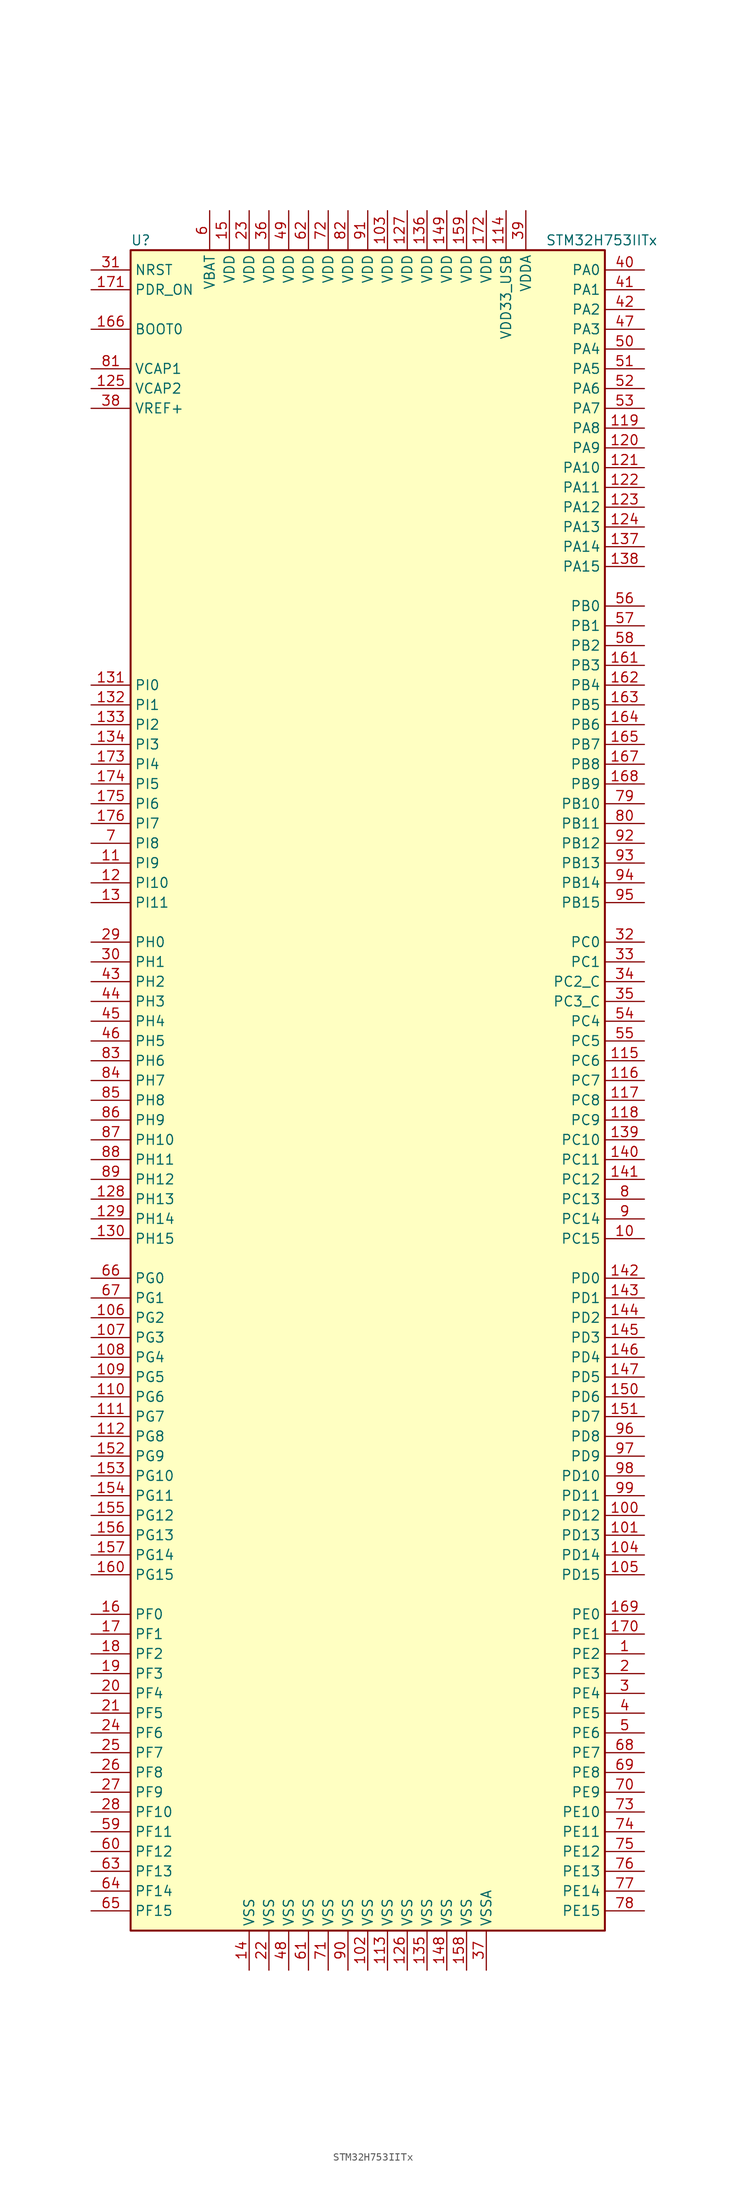
<source format=kicad_sym>
(kicad_symbol_lib
  (version 20201005)
  (generator kicad_symbol_editor)
  (symbol "STM32H753IITx"
    (property "Reference" "U"
      (at -30.48 107.95 0)
      (effects (font (size 1.27 1.27)) (justify left)))
    (property "Value" "STM32H753IITx"
      (at 22.86 107.95 0)
      (effects (font (size 1.27 1.27)) (justify left)))
    (symbol "STM32H753IITx_0_1"
      (rectangle (start -30.48 -109.22) (end 30.48 106.68) (stroke (width 0.254)) (fill (type background))))
    (symbol "STM32H753IITx_1_1"
      (pin input line (at -35.56 96.52 0) (length 5.08) (name "BOOT0" (effects (font (size 1.27 1.27)))) (number "166" (effects (font (size 1.27 1.27)))))
      (pin input line (at -35.56 104.14 0) (length 5.08) (name "NRST" (effects (font (size 1.27 1.27)))) (number "31" (effects (font (size 1.27 1.27)))))
      (pin bidirectional line (at 35.56 104.14 180) (length 5.08) (name "PA0" (effects (font (size 1.27 1.27)))) (number "40" (effects (font (size 1.27 1.27)))))
      (pin bidirectional line (at 35.56 101.6 180) (length 5.08) (name "PA1" (effects (font (size 1.27 1.27)))) (number "41" (effects (font (size 1.27 1.27)))))
      (pin bidirectional line (at 35.56 78.74 180) (length 5.08) (name "PA10" (effects (font (size 1.27 1.27)))) (number "121" (effects (font (size 1.27 1.27)))))
      (pin bidirectional line (at 35.56 76.2 180) (length 5.08) (name "PA11" (effects (font (size 1.27 1.27)))) (number "122" (effects (font (size 1.27 1.27)))))
      (pin bidirectional line (at 35.56 73.66 180) (length 5.08) (name "PA12" (effects (font (size 1.27 1.27)))) (number "123" (effects (font (size 1.27 1.27)))))
      (pin bidirectional line (at 35.56 71.12 180) (length 5.08) (name "PA13" (effects (font (size 1.27 1.27)))) (number "124" (effects (font (size 1.27 1.27)))))
      (pin bidirectional line (at 35.56 68.58 180) (length 5.08) (name "PA14" (effects (font (size 1.27 1.27)))) (number "137" (effects (font (size 1.27 1.27)))))
      (pin bidirectional line (at 35.56 66.04 180) (length 5.08) (name "PA15" (effects (font (size 1.27 1.27)))) (number "138" (effects (font (size 1.27 1.27)))))
      (pin bidirectional line (at 35.56 99.06 180) (length 5.08) (name "PA2" (effects (font (size 1.27 1.27)))) (number "42" (effects (font (size 1.27 1.27)))))
      (pin bidirectional line (at 35.56 96.52 180) (length 5.08) (name "PA3" (effects (font (size 1.27 1.27)))) (number "47" (effects (font (size 1.27 1.27)))))
      (pin bidirectional line (at 35.56 93.98 180) (length 5.08) (name "PA4" (effects (font (size 1.27 1.27)))) (number "50" (effects (font (size 1.27 1.27)))))
      (pin bidirectional line (at 35.56 91.44 180) (length 5.08) (name "PA5" (effects (font (size 1.27 1.27)))) (number "51" (effects (font (size 1.27 1.27)))))
      (pin bidirectional line (at 35.56 88.9 180) (length 5.08) (name "PA6" (effects (font (size 1.27 1.27)))) (number "52" (effects (font (size 1.27 1.27)))))
      (pin bidirectional line (at 35.56 86.36 180) (length 5.08) (name "PA7" (effects (font (size 1.27 1.27)))) (number "53" (effects (font (size 1.27 1.27)))))
      (pin bidirectional line (at 35.56 83.82 180) (length 5.08) (name "PA8" (effects (font (size 1.27 1.27)))) (number "119" (effects (font (size 1.27 1.27)))))
      (pin bidirectional line (at 35.56 81.28 180) (length 5.08) (name "PA9" (effects (font (size 1.27 1.27)))) (number "120" (effects (font (size 1.27 1.27)))))
      (pin bidirectional line (at 35.56 60.96 180) (length 5.08) (name "PB0" (effects (font (size 1.27 1.27)))) (number "56" (effects (font (size 1.27 1.27)))))
      (pin bidirectional line (at 35.56 58.42 180) (length 5.08) (name "PB1" (effects (font (size 1.27 1.27)))) (number "57" (effects (font (size 1.27 1.27)))))
      (pin bidirectional line (at 35.56 35.56 180) (length 5.08) (name "PB10" (effects (font (size 1.27 1.27)))) (number "79" (effects (font (size 1.27 1.27)))))
      (pin bidirectional line (at 35.56 33.02 180) (length 5.08) (name "PB11" (effects (font (size 1.27 1.27)))) (number "80" (effects (font (size 1.27 1.27)))))
      (pin bidirectional line (at 35.56 30.48 180) (length 5.08) (name "PB12" (effects (font (size 1.27 1.27)))) (number "92" (effects (font (size 1.27 1.27)))))
      (pin bidirectional line (at 35.56 27.94 180) (length 5.08) (name "PB13" (effects (font (size 1.27 1.27)))) (number "93" (effects (font (size 1.27 1.27)))))
      (pin bidirectional line (at 35.56 25.4 180) (length 5.08) (name "PB14" (effects (font (size 1.27 1.27)))) (number "94" (effects (font (size 1.27 1.27)))))
      (pin bidirectional line (at 35.56 22.86 180) (length 5.08) (name "PB15" (effects (font (size 1.27 1.27)))) (number "95" (effects (font (size 1.27 1.27)))))
      (pin bidirectional line (at 35.56 55.88 180) (length 5.08) (name "PB2" (effects (font (size 1.27 1.27)))) (number "58" (effects (font (size 1.27 1.27)))))
      (pin bidirectional line (at 35.56 53.34 180) (length 5.08) (name "PB3" (effects (font (size 1.27 1.27)))) (number "161" (effects (font (size 1.27 1.27)))))
      (pin bidirectional line (at 35.56 50.8 180) (length 5.08) (name "PB4" (effects (font (size 1.27 1.27)))) (number "162" (effects (font (size 1.27 1.27)))))
      (pin bidirectional line (at 35.56 48.26 180) (length 5.08) (name "PB5" (effects (font (size 1.27 1.27)))) (number "163" (effects (font (size 1.27 1.27)))))
      (pin bidirectional line (at 35.56 45.72 180) (length 5.08) (name "PB6" (effects (font (size 1.27 1.27)))) (number "164" (effects (font (size 1.27 1.27)))))
      (pin bidirectional line (at 35.56 43.18 180) (length 5.08) (name "PB7" (effects (font (size 1.27 1.27)))) (number "165" (effects (font (size 1.27 1.27)))))
      (pin bidirectional line (at 35.56 40.64 180) (length 5.08) (name "PB8" (effects (font (size 1.27 1.27)))) (number "167" (effects (font (size 1.27 1.27)))))
      (pin bidirectional line (at 35.56 38.1 180) (length 5.08) (name "PB9" (effects (font (size 1.27 1.27)))) (number "168" (effects (font (size 1.27 1.27)))))
      (pin bidirectional line (at 35.56 17.78 180) (length 5.08) (name "PC0" (effects (font (size 1.27 1.27)))) (number "32" (effects (font (size 1.27 1.27)))))
      (pin bidirectional line (at 35.56 15.24 180) (length 5.08) (name "PC1" (effects (font (size 1.27 1.27)))) (number "33" (effects (font (size 1.27 1.27)))))
      (pin bidirectional line (at 35.56 -7.62 180) (length 5.08) (name "PC10" (effects (font (size 1.27 1.27)))) (number "139" (effects (font (size 1.27 1.27)))))
      (pin bidirectional line (at 35.56 -10.16 180) (length 5.08) (name "PC11" (effects (font (size 1.27 1.27)))) (number "140" (effects (font (size 1.27 1.27)))))
      (pin bidirectional line (at 35.56 -12.7 180) (length 5.08) (name "PC12" (effects (font (size 1.27 1.27)))) (number "141" (effects (font (size 1.27 1.27)))))
      (pin bidirectional line (at 35.56 -15.24 180) (length 5.08) (name "PC13" (effects (font (size 1.27 1.27)))) (number "8" (effects (font (size 1.27 1.27)))))
      (pin bidirectional line (at 35.56 -17.78 180) (length 5.08) (name "PC14" (effects (font (size 1.27 1.27)))) (number "9" (effects (font (size 1.27 1.27)))))
      (pin bidirectional line (at 35.56 -20.32 180) (length 5.08) (name "PC15" (effects (font (size 1.27 1.27)))) (number "10" (effects (font (size 1.27 1.27)))))
      (pin bidirectional line (at 35.56 12.7 180) (length 5.08) (name "PC2_C" (effects (font (size 1.27 1.27)))) (number "34" (effects (font (size 1.27 1.27)))))
      (pin bidirectional line (at 35.56 10.16 180) (length 5.08) (name "PC3_C" (effects (font (size 1.27 1.27)))) (number "35" (effects (font (size 1.27 1.27)))))
      (pin bidirectional line (at 35.56 7.62 180) (length 5.08) (name "PC4" (effects (font (size 1.27 1.27)))) (number "54" (effects (font (size 1.27 1.27)))))
      (pin bidirectional line (at 35.56 5.08 180) (length 5.08) (name "PC5" (effects (font (size 1.27 1.27)))) (number "55" (effects (font (size 1.27 1.27)))))
      (pin bidirectional line (at 35.56 2.54 180) (length 5.08) (name "PC6" (effects (font (size 1.27 1.27)))) (number "115" (effects (font (size 1.27 1.27)))))
      (pin bidirectional line (at 35.56 0 180) (length 5.08) (name "PC7" (effects (font (size 1.27 1.27)))) (number "116" (effects (font (size 1.27 1.27)))))
      (pin bidirectional line (at 35.56 -2.54 180) (length 5.08) (name "PC8" (effects (font (size 1.27 1.27)))) (number "117" (effects (font (size 1.27 1.27)))))
      (pin bidirectional line (at 35.56 -5.08 180) (length 5.08) (name "PC9" (effects (font (size 1.27 1.27)))) (number "118" (effects (font (size 1.27 1.27)))))
      (pin bidirectional line (at 35.56 -25.4 180) (length 5.08) (name "PD0" (effects (font (size 1.27 1.27)))) (number "142" (effects (font (size 1.27 1.27)))))
      (pin bidirectional line (at 35.56 -27.94 180) (length 5.08) (name "PD1" (effects (font (size 1.27 1.27)))) (number "143" (effects (font (size 1.27 1.27)))))
      (pin bidirectional line (at 35.56 -50.8 180) (length 5.08) (name "PD10" (effects (font (size 1.27 1.27)))) (number "98" (effects (font (size 1.27 1.27)))))
      (pin bidirectional line (at 35.56 -53.34 180) (length 5.08) (name "PD11" (effects (font (size 1.27 1.27)))) (number "99" (effects (font (size 1.27 1.27)))))
      (pin bidirectional line (at 35.56 -55.88 180) (length 5.08) (name "PD12" (effects (font (size 1.27 1.27)))) (number "100" (effects (font (size 1.27 1.27)))))
      (pin bidirectional line (at 35.56 -58.42 180) (length 5.08) (name "PD13" (effects (font (size 1.27 1.27)))) (number "101" (effects (font (size 1.27 1.27)))))
      (pin bidirectional line (at 35.56 -60.96 180) (length 5.08) (name "PD14" (effects (font (size 1.27 1.27)))) (number "104" (effects (font (size 1.27 1.27)))))
      (pin bidirectional line (at 35.56 -63.5 180) (length 5.08) (name "PD15" (effects (font (size 1.27 1.27)))) (number "105" (effects (font (size 1.27 1.27)))))
      (pin bidirectional line (at 35.56 -30.48 180) (length 5.08) (name "PD2" (effects (font (size 1.27 1.27)))) (number "144" (effects (font (size 1.27 1.27)))))
      (pin bidirectional line (at 35.56 -33.02 180) (length 5.08) (name "PD3" (effects (font (size 1.27 1.27)))) (number "145" (effects (font (size 1.27 1.27)))))
      (pin bidirectional line (at 35.56 -35.56 180) (length 5.08) (name "PD4" (effects (font (size 1.27 1.27)))) (number "146" (effects (font (size 1.27 1.27)))))
      (pin bidirectional line (at 35.56 -38.1 180) (length 5.08) (name "PD5" (effects (font (size 1.27 1.27)))) (number "147" (effects (font (size 1.27 1.27)))))
      (pin bidirectional line (at 35.56 -40.64 180) (length 5.08) (name "PD6" (effects (font (size 1.27 1.27)))) (number "150" (effects (font (size 1.27 1.27)))))
      (pin bidirectional line (at 35.56 -43.18 180) (length 5.08) (name "PD7" (effects (font (size 1.27 1.27)))) (number "151" (effects (font (size 1.27 1.27)))))
      (pin bidirectional line (at 35.56 -45.72 180) (length 5.08) (name "PD8" (effects (font (size 1.27 1.27)))) (number "96" (effects (font (size 1.27 1.27)))))
      (pin bidirectional line (at 35.56 -48.26 180) (length 5.08) (name "PD9" (effects (font (size 1.27 1.27)))) (number "97" (effects (font (size 1.27 1.27)))))
      (pin input line (at -35.56 101.6 0) (length 5.08) (name "PDR_ON" (effects (font (size 1.27 1.27)))) (number "171" (effects (font (size 1.27 1.27)))))
      (pin bidirectional line (at 35.56 -68.58 180) (length 5.08) (name "PE0" (effects (font (size 1.27 1.27)))) (number "169" (effects (font (size 1.27 1.27)))))
      (pin bidirectional line (at 35.56 -71.12 180) (length 5.08) (name "PE1" (effects (font (size 1.27 1.27)))) (number "170" (effects (font (size 1.27 1.27)))))
      (pin bidirectional line (at 35.56 -93.98 180) (length 5.08) (name "PE10" (effects (font (size 1.27 1.27)))) (number "73" (effects (font (size 1.27 1.27)))))
      (pin bidirectional line (at 35.56 -96.52 180) (length 5.08) (name "PE11" (effects (font (size 1.27 1.27)))) (number "74" (effects (font (size 1.27 1.27)))))
      (pin bidirectional line (at 35.56 -99.06 180) (length 5.08) (name "PE12" (effects (font (size 1.27 1.27)))) (number "75" (effects (font (size 1.27 1.27)))))
      (pin bidirectional line (at 35.56 -101.6 180) (length 5.08) (name "PE13" (effects (font (size 1.27 1.27)))) (number "76" (effects (font (size 1.27 1.27)))))
      (pin bidirectional line (at 35.56 -104.14 180) (length 5.08) (name "PE14" (effects (font (size 1.27 1.27)))) (number "77" (effects (font (size 1.27 1.27)))))
      (pin bidirectional line (at 35.56 -106.68 180) (length 5.08) (name "PE15" (effects (font (size 1.27 1.27)))) (number "78" (effects (font (size 1.27 1.27)))))
      (pin bidirectional line (at 35.56 -73.66 180) (length 5.08) (name "PE2" (effects (font (size 1.27 1.27)))) (number "1" (effects (font (size 1.27 1.27)))))
      (pin bidirectional line (at 35.56 -76.2 180) (length 5.08) (name "PE3" (effects (font (size 1.27 1.27)))) (number "2" (effects (font (size 1.27 1.27)))))
      (pin bidirectional line (at 35.56 -78.74 180) (length 5.08) (name "PE4" (effects (font (size 1.27 1.27)))) (number "3" (effects (font (size 1.27 1.27)))))
      (pin bidirectional line (at 35.56 -81.28 180) (length 5.08) (name "PE5" (effects (font (size 1.27 1.27)))) (number "4" (effects (font (size 1.27 1.27)))))
      (pin bidirectional line (at 35.56 -83.82 180) (length 5.08) (name "PE6" (effects (font (size 1.27 1.27)))) (number "5" (effects (font (size 1.27 1.27)))))
      (pin bidirectional line (at 35.56 -86.36 180) (length 5.08) (name "PE7" (effects (font (size 1.27 1.27)))) (number "68" (effects (font (size 1.27 1.27)))))
      (pin bidirectional line (at 35.56 -88.9 180) (length 5.08) (name "PE8" (effects (font (size 1.27 1.27)))) (number "69" (effects (font (size 1.27 1.27)))))
      (pin bidirectional line (at 35.56 -91.44 180) (length 5.08) (name "PE9" (effects (font (size 1.27 1.27)))) (number "70" (effects (font (size 1.27 1.27)))))
      (pin bidirectional line (at -35.56 -68.58 0) (length 5.08) (name "PF0" (effects (font (size 1.27 1.27)))) (number "16" (effects (font (size 1.27 1.27)))))
      (pin bidirectional line (at -35.56 -71.12 0) (length 5.08) (name "PF1" (effects (font (size 1.27 1.27)))) (number "17" (effects (font (size 1.27 1.27)))))
      (pin bidirectional line (at -35.56 -93.98 0) (length 5.08) (name "PF10" (effects (font (size 1.27 1.27)))) (number "28" (effects (font (size 1.27 1.27)))))
      (pin bidirectional line (at -35.56 -96.52 0) (length 5.08) (name "PF11" (effects (font (size 1.27 1.27)))) (number "59" (effects (font (size 1.27 1.27)))))
      (pin bidirectional line (at -35.56 -99.06 0) (length 5.08) (name "PF12" (effects (font (size 1.27 1.27)))) (number "60" (effects (font (size 1.27 1.27)))))
      (pin bidirectional line (at -35.56 -101.6 0) (length 5.08) (name "PF13" (effects (font (size 1.27 1.27)))) (number "63" (effects (font (size 1.27 1.27)))))
      (pin bidirectional line (at -35.56 -104.14 0) (length 5.08) (name "PF14" (effects (font (size 1.27 1.27)))) (number "64" (effects (font (size 1.27 1.27)))))
      (pin bidirectional line (at -35.56 -106.68 0) (length 5.08) (name "PF15" (effects (font (size 1.27 1.27)))) (number "65" (effects (font (size 1.27 1.27)))))
      (pin bidirectional line (at -35.56 -73.66 0) (length 5.08) (name "PF2" (effects (font (size 1.27 1.27)))) (number "18" (effects (font (size 1.27 1.27)))))
      (pin bidirectional line (at -35.56 -76.2 0) (length 5.08) (name "PF3" (effects (font (size 1.27 1.27)))) (number "19" (effects (font (size 1.27 1.27)))))
      (pin bidirectional line (at -35.56 -78.74 0) (length 5.08) (name "PF4" (effects (font (size 1.27 1.27)))) (number "20" (effects (font (size 1.27 1.27)))))
      (pin bidirectional line (at -35.56 -81.28 0) (length 5.08) (name "PF5" (effects (font (size 1.27 1.27)))) (number "21" (effects (font (size 1.27 1.27)))))
      (pin bidirectional line (at -35.56 -83.82 0) (length 5.08) (name "PF6" (effects (font (size 1.27 1.27)))) (number "24" (effects (font (size 1.27 1.27)))))
      (pin bidirectional line (at -35.56 -86.36 0) (length 5.08) (name "PF7" (effects (font (size 1.27 1.27)))) (number "25" (effects (font (size 1.27 1.27)))))
      (pin bidirectional line (at -35.56 -88.9 0) (length 5.08) (name "PF8" (effects (font (size 1.27 1.27)))) (number "26" (effects (font (size 1.27 1.27)))))
      (pin bidirectional line (at -35.56 -91.44 0) (length 5.08) (name "PF9" (effects (font (size 1.27 1.27)))) (number "27" (effects (font (size 1.27 1.27)))))
      (pin bidirectional line (at -35.56 -25.4 0) (length 5.08) (name "PG0" (effects (font (size 1.27 1.27)))) (number "66" (effects (font (size 1.27 1.27)))))
      (pin bidirectional line (at -35.56 -27.94 0) (length 5.08) (name "PG1" (effects (font (size 1.27 1.27)))) (number "67" (effects (font (size 1.27 1.27)))))
      (pin bidirectional line (at -35.56 -50.8 0) (length 5.08) (name "PG10" (effects (font (size 1.27 1.27)))) (number "153" (effects (font (size 1.27 1.27)))))
      (pin bidirectional line (at -35.56 -53.34 0) (length 5.08) (name "PG11" (effects (font (size 1.27 1.27)))) (number "154" (effects (font (size 1.27 1.27)))))
      (pin bidirectional line (at -35.56 -55.88 0) (length 5.08) (name "PG12" (effects (font (size 1.27 1.27)))) (number "155" (effects (font (size 1.27 1.27)))))
      (pin bidirectional line (at -35.56 -58.42 0) (length 5.08) (name "PG13" (effects (font (size 1.27 1.27)))) (number "156" (effects (font (size 1.27 1.27)))))
      (pin bidirectional line (at -35.56 -60.96 0) (length 5.08) (name "PG14" (effects (font (size 1.27 1.27)))) (number "157" (effects (font (size 1.27 1.27)))))
      (pin bidirectional line (at -35.56 -63.5 0) (length 5.08) (name "PG15" (effects (font (size 1.27 1.27)))) (number "160" (effects (font (size 1.27 1.27)))))
      (pin bidirectional line (at -35.56 -30.48 0) (length 5.08) (name "PG2" (effects (font (size 1.27 1.27)))) (number "106" (effects (font (size 1.27 1.27)))))
      (pin bidirectional line (at -35.56 -33.02 0) (length 5.08) (name "PG3" (effects (font (size 1.27 1.27)))) (number "107" (effects (font (size 1.27 1.27)))))
      (pin bidirectional line (at -35.56 -35.56 0) (length 5.08) (name "PG4" (effects (font (size 1.27 1.27)))) (number "108" (effects (font (size 1.27 1.27)))))
      (pin bidirectional line (at -35.56 -38.1 0) (length 5.08) (name "PG5" (effects (font (size 1.27 1.27)))) (number "109" (effects (font (size 1.27 1.27)))))
      (pin bidirectional line (at -35.56 -40.64 0) (length 5.08) (name "PG6" (effects (font (size 1.27 1.27)))) (number "110" (effects (font (size 1.27 1.27)))))
      (pin bidirectional line (at -35.56 -43.18 0) (length 5.08) (name "PG7" (effects (font (size 1.27 1.27)))) (number "111" (effects (font (size 1.27 1.27)))))
      (pin bidirectional line (at -35.56 -45.72 0) (length 5.08) (name "PG8" (effects (font (size 1.27 1.27)))) (number "112" (effects (font (size 1.27 1.27)))))
      (pin bidirectional line (at -35.56 -48.26 0) (length 5.08) (name "PG9" (effects (font (size 1.27 1.27)))) (number "152" (effects (font (size 1.27 1.27)))))
      (pin input line (at -35.56 17.78 0) (length 5.08) (name "PH0" (effects (font (size 1.27 1.27)))) (number "29" (effects (font (size 1.27 1.27)))))
      (pin input line (at -35.56 15.24 0) (length 5.08) (name "PH1" (effects (font (size 1.27 1.27)))) (number "30" (effects (font (size 1.27 1.27)))))
      (pin bidirectional line (at -35.56 -7.62 0) (length 5.08) (name "PH10" (effects (font (size 1.27 1.27)))) (number "87" (effects (font (size 1.27 1.27)))))
      (pin bidirectional line (at -35.56 -10.16 0) (length 5.08) (name "PH11" (effects (font (size 1.27 1.27)))) (number "88" (effects (font (size 1.27 1.27)))))
      (pin bidirectional line (at -35.56 -12.7 0) (length 5.08) (name "PH12" (effects (font (size 1.27 1.27)))) (number "89" (effects (font (size 1.27 1.27)))))
      (pin bidirectional line (at -35.56 -15.24 0) (length 5.08) (name "PH13" (effects (font (size 1.27 1.27)))) (number "128" (effects (font (size 1.27 1.27)))))
      (pin bidirectional line (at -35.56 -17.78 0) (length 5.08) (name "PH14" (effects (font (size 1.27 1.27)))) (number "129" (effects (font (size 1.27 1.27)))))
      (pin bidirectional line (at -35.56 -20.32 0) (length 5.08) (name "PH15" (effects (font (size 1.27 1.27)))) (number "130" (effects (font (size 1.27 1.27)))))
      (pin bidirectional line (at -35.56 12.7 0) (length 5.08) (name "PH2" (effects (font (size 1.27 1.27)))) (number "43" (effects (font (size 1.27 1.27)))))
      (pin bidirectional line (at -35.56 10.16 0) (length 5.08) (name "PH3" (effects (font (size 1.27 1.27)))) (number "44" (effects (font (size 1.27 1.27)))))
      (pin bidirectional line (at -35.56 7.62 0) (length 5.08) (name "PH4" (effects (font (size 1.27 1.27)))) (number "45" (effects (font (size 1.27 1.27)))))
      (pin bidirectional line (at -35.56 5.08 0) (length 5.08) (name "PH5" (effects (font (size 1.27 1.27)))) (number "46" (effects (font (size 1.27 1.27)))))
      (pin bidirectional line (at -35.56 2.54 0) (length 5.08) (name "PH6" (effects (font (size 1.27 1.27)))) (number "83" (effects (font (size 1.27 1.27)))))
      (pin bidirectional line (at -35.56 0 0) (length 5.08) (name "PH7" (effects (font (size 1.27 1.27)))) (number "84" (effects (font (size 1.27 1.27)))))
      (pin bidirectional line (at -35.56 -2.54 0) (length 5.08) (name "PH8" (effects (font (size 1.27 1.27)))) (number "85" (effects (font (size 1.27 1.27)))))
      (pin bidirectional line (at -35.56 -5.08 0) (length 5.08) (name "PH9" (effects (font (size 1.27 1.27)))) (number "86" (effects (font (size 1.27 1.27)))))
      (pin bidirectional line (at -35.56 50.8 0) (length 5.08) (name "PI0" (effects (font (size 1.27 1.27)))) (number "131" (effects (font (size 1.27 1.27)))))
      (pin bidirectional line (at -35.56 48.26 0) (length 5.08) (name "PI1" (effects (font (size 1.27 1.27)))) (number "132" (effects (font (size 1.27 1.27)))))
      (pin bidirectional line (at -35.56 25.4 0) (length 5.08) (name "PI10" (effects (font (size 1.27 1.27)))) (number "12" (effects (font (size 1.27 1.27)))))
      (pin bidirectional line (at -35.56 22.86 0) (length 5.08) (name "PI11" (effects (font (size 1.27 1.27)))) (number "13" (effects (font (size 1.27 1.27)))))
      (pin bidirectional line (at -35.56 45.72 0) (length 5.08) (name "PI2" (effects (font (size 1.27 1.27)))) (number "133" (effects (font (size 1.27 1.27)))))
      (pin bidirectional line (at -35.56 43.18 0) (length 5.08) (name "PI3" (effects (font (size 1.27 1.27)))) (number "134" (effects (font (size 1.27 1.27)))))
      (pin bidirectional line (at -35.56 40.64 0) (length 5.08) (name "PI4" (effects (font (size 1.27 1.27)))) (number "173" (effects (font (size 1.27 1.27)))))
      (pin bidirectional line (at -35.56 38.1 0) (length 5.08) (name "PI5" (effects (font (size 1.27 1.27)))) (number "174" (effects (font (size 1.27 1.27)))))
      (pin bidirectional line (at -35.56 35.56 0) (length 5.08) (name "PI6" (effects (font (size 1.27 1.27)))) (number "175" (effects (font (size 1.27 1.27)))))
      (pin bidirectional line (at -35.56 33.02 0) (length 5.08) (name "PI7" (effects (font (size 1.27 1.27)))) (number "176" (effects (font (size 1.27 1.27)))))
      (pin bidirectional line (at -35.56 30.48 0) (length 5.08) (name "PI8" (effects (font (size 1.27 1.27)))) (number "7" (effects (font (size 1.27 1.27)))))
      (pin bidirectional line (at -35.56 27.94 0) (length 5.08) (name "PI9" (effects (font (size 1.27 1.27)))) (number "11" (effects (font (size 1.27 1.27)))))
      (pin power_in line (at -20.32 111.76 270) (length 5.08) (name "VBAT" (effects (font (size 1.27 1.27)))) (number "6" (effects (font (size 1.27 1.27)))))
      (pin power_in line (at -35.56 91.44 0) (length 5.08) (name "VCAP1" (effects (font (size 1.27 1.27)))) (number "81" (effects (font (size 1.27 1.27)))))
      (pin power_in line (at -35.56 88.9 0) (length 5.08) (name "VCAP2" (effects (font (size 1.27 1.27)))) (number "125" (effects (font (size 1.27 1.27)))))
      (pin power_in line (at 2.54 111.76 270) (length 5.08) (name "VDD" (effects (font (size 1.27 1.27)))) (number "103" (effects (font (size 1.27 1.27)))))
      (pin power_in line (at 5.08 111.76 270) (length 5.08) (name "VDD" (effects (font (size 1.27 1.27)))) (number "127" (effects (font (size 1.27 1.27)))))
      (pin power_in line (at 7.62 111.76 270) (length 5.08) (name "VDD" (effects (font (size 1.27 1.27)))) (number "136" (effects (font (size 1.27 1.27)))))
      (pin power_in line (at 10.16 111.76 270) (length 5.08) (name "VDD" (effects (font (size 1.27 1.27)))) (number "149" (effects (font (size 1.27 1.27)))))
      (pin power_in line (at -17.78 111.76 270) (length 5.08) (name "VDD" (effects (font (size 1.27 1.27)))) (number "15" (effects (font (size 1.27 1.27)))))
      (pin power_in line (at 12.7 111.76 270) (length 5.08) (name "VDD" (effects (font (size 1.27 1.27)))) (number "159" (effects (font (size 1.27 1.27)))))
      (pin power_in line (at 15.24 111.76 270) (length 5.08) (name "VDD" (effects (font (size 1.27 1.27)))) (number "172" (effects (font (size 1.27 1.27)))))
      (pin power_in line (at -15.24 111.76 270) (length 5.08) (name "VDD" (effects (font (size 1.27 1.27)))) (number "23" (effects (font (size 1.27 1.27)))))
      (pin power_in line (at -12.7 111.76 270) (length 5.08) (name "VDD" (effects (font (size 1.27 1.27)))) (number "36" (effects (font (size 1.27 1.27)))))
      (pin power_in line (at -10.16 111.76 270) (length 5.08) (name "VDD" (effects (font (size 1.27 1.27)))) (number "49" (effects (font (size 1.27 1.27)))))
      (pin power_in line (at -7.62 111.76 270) (length 5.08) (name "VDD" (effects (font (size 1.27 1.27)))) (number "62" (effects (font (size 1.27 1.27)))))
      (pin power_in line (at -5.08 111.76 270) (length 5.08) (name "VDD" (effects (font (size 1.27 1.27)))) (number "72" (effects (font (size 1.27 1.27)))))
      (pin power_in line (at -2.54 111.76 270) (length 5.08) (name "VDD" (effects (font (size 1.27 1.27)))) (number "82" (effects (font (size 1.27 1.27)))))
      (pin power_in line (at 0 111.76 270) (length 5.08) (name "VDD" (effects (font (size 1.27 1.27)))) (number "91" (effects (font (size 1.27 1.27)))))
      (pin power_in line (at 17.78 111.76 270) (length 5.08) (name "VDD33_USB" (effects (font (size 1.27 1.27)))) (number "114" (effects (font (size 1.27 1.27)))))
      (pin power_in line (at 20.32 111.76 270) (length 5.08) (name "VDDA" (effects (font (size 1.27 1.27)))) (number "39" (effects (font (size 1.27 1.27)))))
      (pin bidirectional line (at -35.56 86.36 0) (length 5.08) (name "VREF+" (effects (font (size 1.27 1.27)))) (number "38" (effects (font (size 1.27 1.27)))))
      (pin power_in line (at 0 -114.3 90) (length 5.08) (name "VSS" (effects (font (size 1.27 1.27)))) (number "102" (effects (font (size 1.27 1.27)))))
      (pin power_in line (at 2.54 -114.3 90) (length 5.08) (name "VSS" (effects (font (size 1.27 1.27)))) (number "113" (effects (font (size 1.27 1.27)))))
      (pin power_in line (at 5.08 -114.3 90) (length 5.08) (name "VSS" (effects (font (size 1.27 1.27)))) (number "126" (effects (font (size 1.27 1.27)))))
      (pin power_in line (at 7.62 -114.3 90) (length 5.08) (name "VSS" (effects (font (size 1.27 1.27)))) (number "135" (effects (font (size 1.27 1.27)))))
      (pin power_in line (at -15.24 -114.3 90) (length 5.08) (name "VSS" (effects (font (size 1.27 1.27)))) (number "14" (effects (font (size 1.27 1.27)))))
      (pin power_in line (at 10.16 -114.3 90) (length 5.08) (name "VSS" (effects (font (size 1.27 1.27)))) (number "148" (effects (font (size 1.27 1.27)))))
      (pin power_in line (at 12.7 -114.3 90) (length 5.08) (name "VSS" (effects (font (size 1.27 1.27)))) (number "158" (effects (font (size 1.27 1.27)))))
      (pin power_in line (at -12.7 -114.3 90) (length 5.08) (name "VSS" (effects (font (size 1.27 1.27)))) (number "22" (effects (font (size 1.27 1.27)))))
      (pin power_in line (at -10.16 -114.3 90) (length 5.08) (name "VSS" (effects (font (size 1.27 1.27)))) (number "48" (effects (font (size 1.27 1.27)))))
      (pin power_in line (at -7.62 -114.3 90) (length 5.08) (name "VSS" (effects (font (size 1.27 1.27)))) (number "61" (effects (font (size 1.27 1.27)))))
      (pin power_in line (at -5.08 -114.3 90) (length 5.08) (name "VSS" (effects (font (size 1.27 1.27)))) (number "71" (effects (font (size 1.27 1.27)))))
      (pin power_in line (at -2.54 -114.3 90) (length 5.08) (name "VSS" (effects (font (size 1.27 1.27)))) (number "90" (effects (font (size 1.27 1.27)))))
      (pin power_in line (at 15.24 -114.3 90) (length 5.08) (name "VSSA" (effects (font (size 1.27 1.27)))) (number "37" (effects (font (size 1.27 1.27))))))))
</source>
